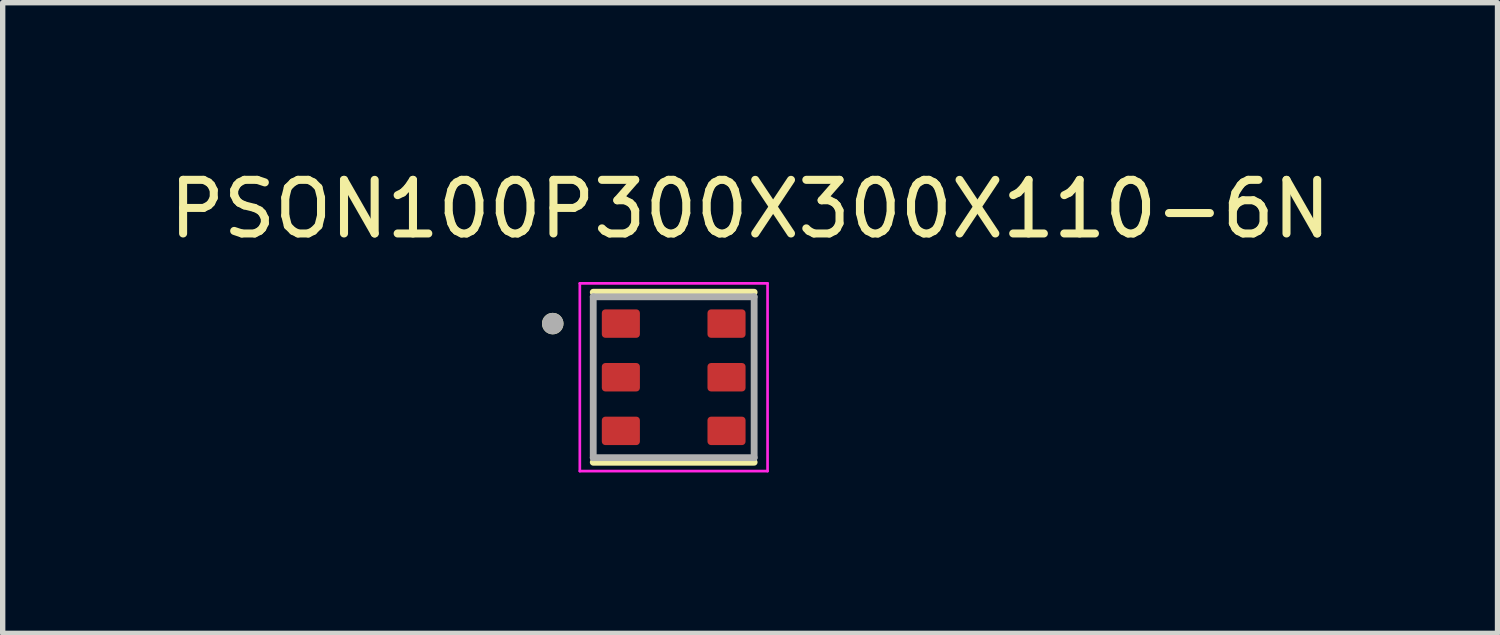
<source format=kicad_pcb>
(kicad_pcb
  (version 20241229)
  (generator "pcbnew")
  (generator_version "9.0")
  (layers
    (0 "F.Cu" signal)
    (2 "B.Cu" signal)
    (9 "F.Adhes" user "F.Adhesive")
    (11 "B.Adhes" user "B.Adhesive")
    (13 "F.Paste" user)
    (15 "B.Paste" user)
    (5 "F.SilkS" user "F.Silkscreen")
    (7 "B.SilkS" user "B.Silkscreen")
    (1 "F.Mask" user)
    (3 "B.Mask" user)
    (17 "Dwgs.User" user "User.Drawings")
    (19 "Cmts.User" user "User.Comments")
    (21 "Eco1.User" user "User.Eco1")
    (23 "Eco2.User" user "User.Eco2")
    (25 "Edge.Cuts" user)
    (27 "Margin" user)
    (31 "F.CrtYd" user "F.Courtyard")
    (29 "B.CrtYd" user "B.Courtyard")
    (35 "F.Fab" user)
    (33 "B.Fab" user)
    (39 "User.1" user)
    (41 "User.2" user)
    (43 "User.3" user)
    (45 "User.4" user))
  (footprint "PSON100P300X300X110-6N"
    (layer "F.Cu")
    (at 9.51 3.983)
    (property "Reference" "PSON100P300X300X110-6N" (at 1.425 -3.135 0) (layer "F.SilkS") (effects (font (size 1 1) (thickness 0.15))))
    (attr smd)
    (fp_line (start -1.5 -1.585) (end 1.5 -1.585) (stroke (width 0.127) (type solid)) (layer "F.SilkS"))
    (fp_line (start 1.5 1.585) (end -1.5 1.585) (stroke (width 0.127) (type solid)) (layer "F.SilkS"))
    (fp_circle (center -2.255 -1) (end -2.155 -1) (stroke (width 0.2) (type solid)) (fill no) (layer "F.SilkS"))
    (fp_line (start -1.75 -1.75) (end -1.75 1.75) (stroke (width 0.05) (type solid)) (layer "F.CrtYd"))
    (fp_line (start -1.75 1.75) (end 1.75 1.75) (stroke (width 0.05) (type solid)) (layer "F.CrtYd"))
    (fp_line (start 1.75 -1.75) (end -1.75 -1.75) (stroke (width 0.05) (type solid)) (layer "F.CrtYd"))
    (fp_line (start 1.75 1.75) (end 1.75 -1.75) (stroke (width 0.05) (type solid)) (layer "F.CrtYd"))
    (fp_line (start -1.5 -1.5) (end 1.5 -1.5) (stroke (width 0.127) (type solid)) (layer "F.Fab"))
    (fp_line (start -1.5 1.5) (end -1.5 -1.5) (stroke (width 0.127) (type solid)) (layer "F.Fab"))
    (fp_line (start 1.5 -1.5) (end 1.5 1.5) (stroke (width 0.127) (type solid)) (layer "F.Fab"))
    (fp_line (start 1.5 1.5) (end -1.5 1.5) (stroke (width 0.127) (type solid)) (layer "F.Fab"))
    (fp_circle (center -2.255 -1) (end -2.155 -1) (stroke (width 0.2) (type solid)) (fill no) (layer "F.Fab"))
    (pad "1" smd roundrect (at -0.985 -1) (size 0.71 0.53) (layers "F.Cu" "F.Mask" "F.Paste") (roundrect_rratio 0.125))
    (pad "2" smd roundrect (at -0.985 0) (size 0.71 0.53) (layers "F.Cu" "F.Mask" "F.Paste") (roundrect_rratio 0.125))
    (pad "3" smd roundrect (at -0.985 1) (size 0.71 0.53) (layers "F.Cu" "F.Mask" "F.Paste") (roundrect_rratio 0.125))
    (pad "4" smd roundrect (at 0.985 1) (size 0.71 0.53) (layers "F.Cu" "F.Mask" "F.Paste") (roundrect_rratio 0.125))
    (pad "5" smd roundrect (at 0.985 0) (size 0.71 0.53) (layers "F.Cu" "F.Mask" "F.Paste") (roundrect_rratio 0.125))
    (pad "6" smd roundrect (at 0.985 -1) (size 0.71 0.53) (layers "F.Cu" "F.Mask" "F.Paste") (roundrect_rratio 0.125)))
  (gr_rect
    (start -3 -3)
    (end 24.869 8.758)
    (stroke (width 0.1) (type default))
    (fill no)
    (layer "Edge.Cuts")))
</source>
